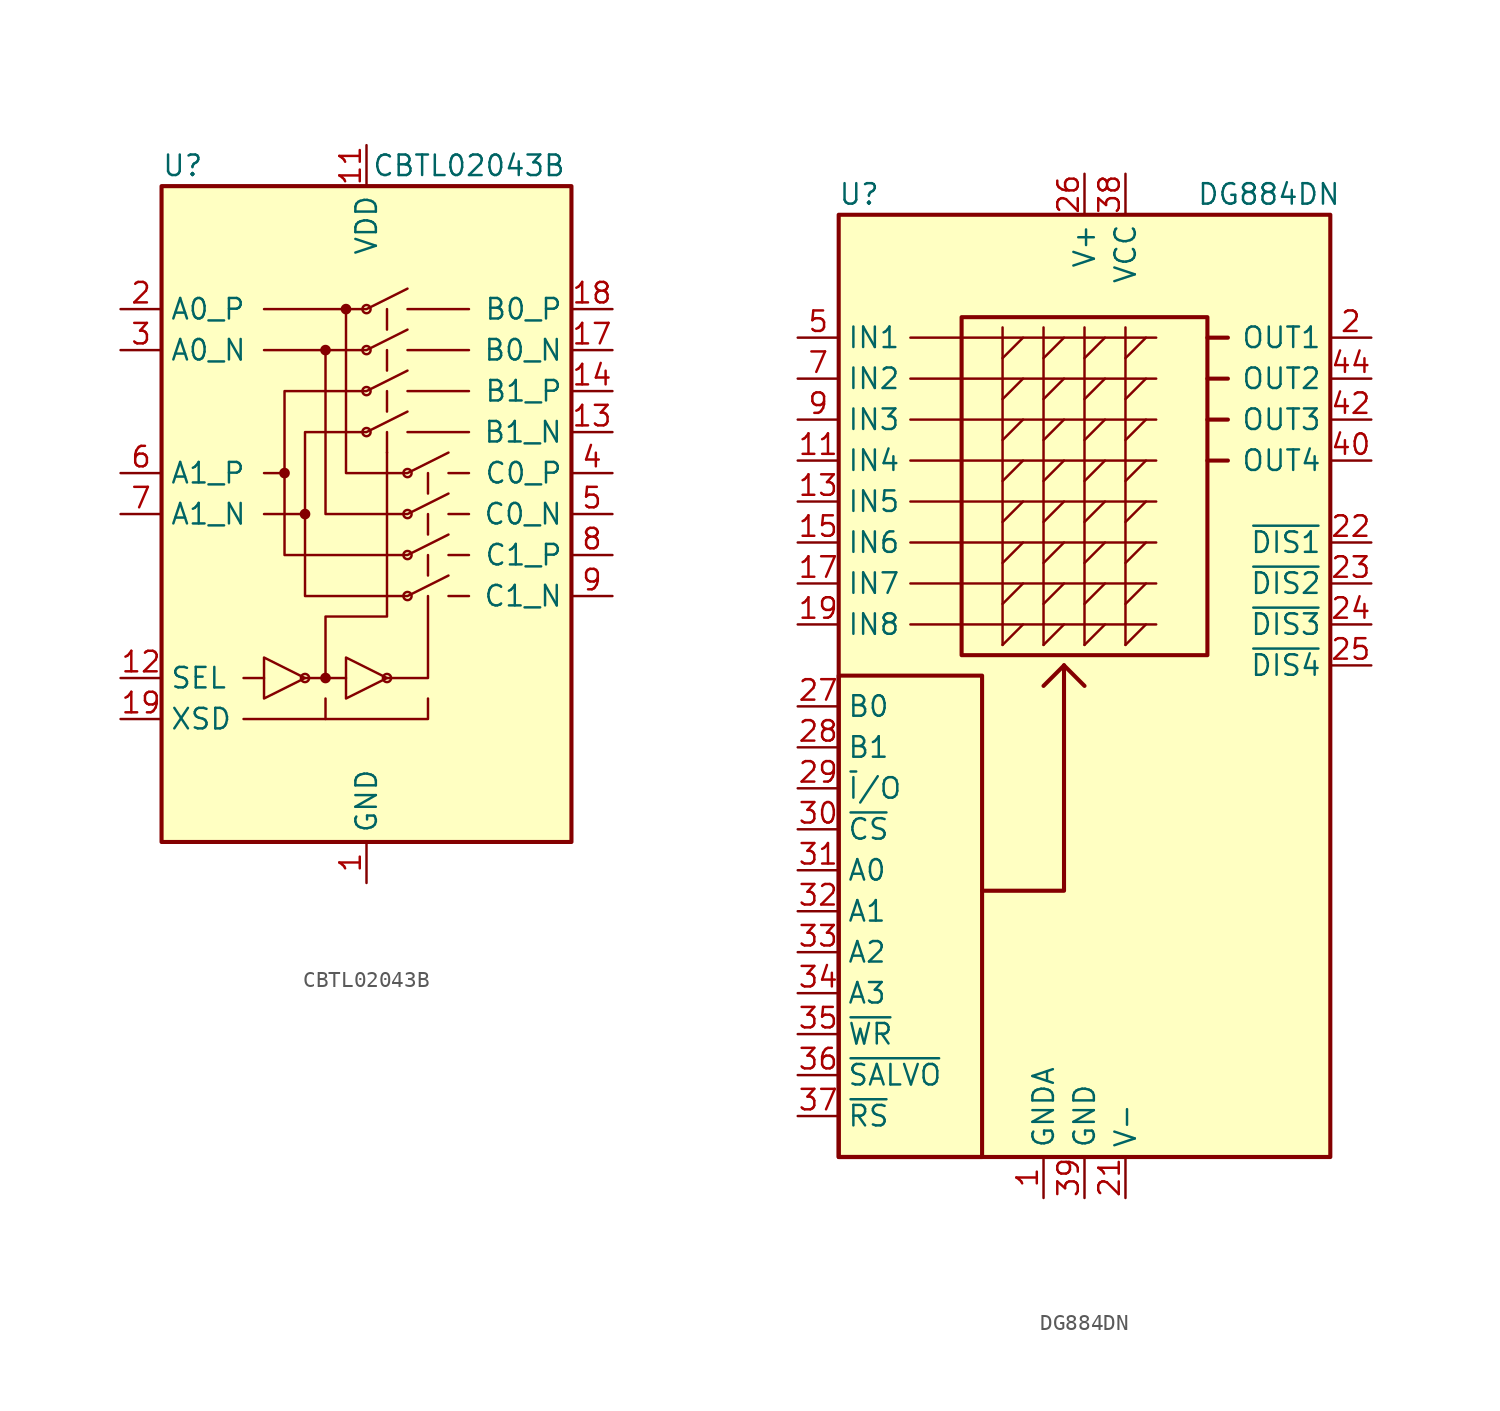
<source format=kicad_sym>
(kicad_symbol_lib
  (version 20201005)
  (generator kicad_symbol_editor)
  (symbol "CBTL02043B"
    (property "Reference" "U"
      (at -12.7 21.59 0)
      (effects (font (size 1.27 1.27)) (justify left)))
    (property "Value" "CBTL02043B"
      (at 6.35 21.59 0)
      (effects (font (size 1.27 1.27))))
    (symbol "CBTL02043B_0_1"
      (circle (center -5.08 2.54) (radius 0.254) (stroke (width 0)) (fill (type outline)))
      (circle (center -3.81 0) (radius 0.254) (stroke (width 0)) (fill (type outline)))
      (circle (center -2.54 10.16) (radius 0.254) (stroke (width 0)) (fill (type outline)))
      (circle (center -1.27 12.7) (radius 0.254) (stroke (width 0)) (fill (type outline)))
      (rectangle (start -12.7 20.32) (end 12.7 -20.32) (stroke (width 0.254)) (fill (type background)))
      (polyline (pts (xy -7.62 -10.16) (xy -6.35 -10.16)) (stroke (width 0)) (fill (type none)))
      (polyline (pts (xy -2.54 -12.7) (xy -2.54 -11.43)) (stroke (width 0)) (fill (type none)))
      (polyline (pts (xy -7.62 -12.7) (xy 3.81 -12.7) (xy 3.81 -11.43)) (stroke (width 0)) (fill (type none)))
      (polyline (pts (xy 1.27 -10.16) (xy -1.27 -8.89) (xy -1.27 -11.43) (xy 1.27 -10.16)) (stroke (width 0)) (fill (type none)))
      (polyline (pts (xy 5.08 -3.81) (xy 2.54 -5.08) (xy -3.81 -5.08) (xy -3.81 0)) (stroke (width 0)) (fill (type none)))
      (polyline (pts (xy 5.08 -1.27) (xy 2.54 -2.54) (xy -5.08 -2.54) (xy -5.08 2.54)) (stroke (width 0)) (fill (type none)))
      (polyline (pts (xy 5.08 1.27) (xy 2.54 0) (xy -2.54 0) (xy -2.54 10.16)) (stroke (width 0)) (fill (type none)))
      (polyline (pts (xy 5.08 3.81) (xy 2.54 2.54) (xy -1.27 2.54) (xy -1.27 12.7)) (stroke (width 0)) (fill (type none))))
    (symbol "CBTL02043B_1_1"
      (circle (center -3.81 -10.16) (radius 0.254) (stroke (width 0)) (fill (type none)))
      (circle (center 0 5.08) (radius 0.254) (stroke (width 0)) (fill (type none)))
      (circle (center 0 7.62) (radius 0.254) (stroke (width 0)) (fill (type none)))
      (circle (center 0 10.16) (radius 0.254) (stroke (width 0)) (fill (type none)))
      (circle (center 0 12.7) (radius 0.254) (stroke (width 0)) (fill (type none)))
      (circle (center 1.27 -10.16) (radius 0.254) (stroke (width 0)) (fill (type none)))
      (circle (center 2.54 -5.08) (radius 0.254) (stroke (width 0)) (fill (type none)))
      (circle (center 2.54 -2.54) (radius 0.254) (stroke (width 0)) (fill (type none)))
      (circle (center 2.54 0) (radius 0.254) (stroke (width 0)) (fill (type none)))
      (circle (center 2.54 2.54) (radius 0.254) (stroke (width 0)) (fill (type none)))
      (circle (center -2.54 -10.16) (radius 0.254) (stroke (width 0)) (fill (type outline)))
      (polyline (pts (xy -2.54 -10.16) (xy -1.27 -10.16)) (stroke (width 0)) (fill (type none)))
      (polyline (pts (xy 1.27 5.08) (xy 1.27 3.81)) (stroke (width 0)) (fill (type none)))
      (polyline (pts (xy 1.27 7.62) (xy 1.27 6.35)) (stroke (width 0)) (fill (type none)))
      (polyline (pts (xy 1.27 10.16) (xy 1.27 8.89)) (stroke (width 0)) (fill (type none)))
      (polyline (pts (xy 1.27 12.7) (xy 1.27 11.43)) (stroke (width 0)) (fill (type none)))
      (polyline (pts (xy 3.81 -3.81) (xy 3.81 -2.54)) (stroke (width 0)) (fill (type none)))
      (polyline (pts (xy 3.81 -1.27) (xy 3.81 0)) (stroke (width 0)) (fill (type none)))
      (polyline (pts (xy 3.81 1.27) (xy 3.81 2.54)) (stroke (width 0)) (fill (type none)))
      (polyline (pts (xy 6.35 -5.08) (xy 5.08 -5.08)) (stroke (width 0)) (fill (type none)))
      (polyline (pts (xy 6.35 -2.54) (xy 5.08 -2.54)) (stroke (width 0)) (fill (type none)))
      (polyline (pts (xy 6.35 0) (xy 5.08 0)) (stroke (width 0)) (fill (type none)))
      (polyline (pts (xy 6.35 2.54) (xy 5.08 2.54)) (stroke (width 0)) (fill (type none)))
      (polyline (pts (xy 6.35 5.08) (xy 2.54 5.08)) (stroke (width 0)) (fill (type none)))
      (polyline (pts (xy 6.35 7.62) (xy 2.54 7.62)) (stroke (width 0)) (fill (type none)))
      (polyline (pts (xy 6.35 10.16) (xy 2.54 10.16)) (stroke (width 0)) (fill (type none)))
      (polyline (pts (xy 6.35 12.7) (xy 2.54 12.7)) (stroke (width 0)) (fill (type none)))
      (polyline (pts (xy -6.35 10.16) (xy 0 10.16) (xy 2.54 11.43)) (stroke (width 0)) (fill (type none)))
      (polyline (pts (xy -6.35 12.7) (xy 0 12.7) (xy 2.54 13.97)) (stroke (width 0)) (fill (type none)))
      (polyline (pts (xy 1.27 -10.16) (xy 3.81 -10.16) (xy 3.81 -5.08)) (stroke (width 0)) (fill (type none)))
      (polyline (pts (xy -3.81 -10.16) (xy -6.35 -8.89) (xy -6.35 -11.43) (xy -3.81 -10.16)) (stroke (width 0)) (fill (type none)))
      (polyline (pts (xy -6.35 0) (xy -3.81 0) (xy -3.81 5.08) (xy 0 5.08) (xy 2.54 6.35)) (stroke (width 0)) (fill (type none)))
      (polyline (pts (xy -6.35 2.54) (xy -5.08 2.54) (xy -5.08 7.62) (xy 0 7.62) (xy 2.54 8.89)) (stroke (width 0)) (fill (type none)))
      (polyline (pts (xy 1.27 3.81) (xy 1.27 -6.35) (xy -2.54 -6.35) (xy -2.54 -10.16) (xy -3.81 -10.16)) (stroke (width 0)) (fill (type none)))
      (pin power_in line (at 0 -22.86 90) (length 2.54) (name "GND" (effects (font (size 1.27 1.27)))) (number "1" (effects (font (size 1.27 1.27)))))
      (pin passive line (at 0 -22.86 90) (length 2.54) hide (name "GND" (effects (font (size 1.27 1.27)))) (number "10" (effects (font (size 1.27 1.27)))))
      (pin power_in line (at 0 22.86 270) (length 2.54) (name "VDD" (effects (font (size 1.27 1.27)))) (number "11" (effects (font (size 1.27 1.27)))))
      (pin input line (at -15.24 -10.16 0) (length 2.54) (name "SEL" (effects (font (size 1.27 1.27)))) (number "12" (effects (font (size 1.27 1.27)))))
      (pin passive line (at 15.24 5.08 180) (length 2.54) (name "B1_N" (effects (font (size 1.27 1.27)))) (number "13" (effects (font (size 1.27 1.27)))))
      (pin passive line (at 15.24 7.62 180) (length 2.54) (name "B1_P" (effects (font (size 1.27 1.27)))) (number "14" (effects (font (size 1.27 1.27)))))
      (pin passive line (at 0 -22.86 90) (length 2.54) hide (name "GND" (effects (font (size 1.27 1.27)))) (number "15" (effects (font (size 1.27 1.27)))))
      (pin passive line (at 0 22.86 270) (length 2.54) hide (name "VDD" (effects (font (size 1.27 1.27)))) (number "16" (effects (font (size 1.27 1.27)))))
      (pin passive line (at 15.24 10.16 180) (length 2.54) (name "B0_N" (effects (font (size 1.27 1.27)))) (number "17" (effects (font (size 1.27 1.27)))))
      (pin passive line (at 15.24 12.7 180) (length 2.54) (name "B0_P" (effects (font (size 1.27 1.27)))) (number "18" (effects (font (size 1.27 1.27)))))
      (pin input line (at -15.24 -12.7 0) (length 2.54) (name "XSD" (effects (font (size 1.27 1.27)))) (number "19" (effects (font (size 1.27 1.27)))))
      (pin passive line (at -15.24 12.7 0) (length 2.54) (name "A0_P" (effects (font (size 1.27 1.27)))) (number "2" (effects (font (size 1.27 1.27)))))
      (pin passive line (at 0 22.86 270) (length 2.54) hide (name "VDD" (effects (font (size 1.27 1.27)))) (number "20" (effects (font (size 1.27 1.27)))))
      (pin passive line (at 0 -22.86 90) (length 2.54) hide (name "GND" (effects (font (size 1.27 1.27)))) (number "21" (effects (font (size 1.27 1.27)))))
      (pin passive line (at -15.24 10.16 0) (length 2.54) (name "A0_N" (effects (font (size 1.27 1.27)))) (number "3" (effects (font (size 1.27 1.27)))))
      (pin passive line (at 15.24 2.54 180) (length 2.54) (name "C0_P" (effects (font (size 1.27 1.27)))) (number "4" (effects (font (size 1.27 1.27)))))
      (pin passive line (at 15.24 0 180) (length 2.54) (name "C0_N" (effects (font (size 1.27 1.27)))) (number "5" (effects (font (size 1.27 1.27)))))
      (pin passive line (at -15.24 2.54 0) (length 2.54) (name "A1_P" (effects (font (size 1.27 1.27)))) (number "6" (effects (font (size 1.27 1.27)))))
      (pin passive line (at -15.24 0 0) (length 2.54) (name "A1_N" (effects (font (size 1.27 1.27)))) (number "7" (effects (font (size 1.27 1.27)))))
      (pin passive line (at 15.24 -2.54 180) (length 2.54) (name "C1_P" (effects (font (size 1.27 1.27)))) (number "8" (effects (font (size 1.27 1.27)))))
      (pin passive line (at 15.24 -5.08 180) (length 2.54) (name "C1_N" (effects (font (size 1.27 1.27)))) (number "9" (effects (font (size 1.27 1.27)))))))
  (symbol "DG884DN"
    (property "Reference" "U"
      (at -13.97 34.29 0)
      (effects (font (size 1.27 1.27))))
    (property "Value" "DG884DN"
      (at 11.43 34.29 0)
      (effects (font (size 1.27 1.27))))
    (symbol "DG884DN_0_1"
      (rectangle (start -15.24 4.445) (end -6.35 -25.4) (stroke (width 0.254)) (fill (type none)))
      (rectangle (start -7.62 26.67) (end 7.62 5.715) (stroke (width 0.254)) (fill (type none)))
      (rectangle (start -15.24 -25.4) (end 15.24 33.02) (stroke (width 0.254)) (fill (type background)))
      (polyline (pts (xy -10.795 7.62) (xy 4.445 7.62)) (stroke (width 0)) (fill (type none)))
      (polyline (pts (xy -10.795 10.16) (xy 4.445 10.16)) (stroke (width 0)) (fill (type none)))
      (polyline (pts (xy -10.795 12.7) (xy 4.445 12.7)) (stroke (width 0)) (fill (type none)))
      (polyline (pts (xy -10.795 15.24) (xy 4.445 15.24)) (stroke (width 0)) (fill (type none)))
      (polyline (pts (xy -10.795 17.78) (xy 4.445 17.78)) (stroke (width 0)) (fill (type none)))
      (polyline (pts (xy -10.795 20.32) (xy 4.445 20.32)) (stroke (width 0)) (fill (type none)))
      (polyline (pts (xy -10.795 22.86) (xy 4.445 22.86)) (stroke (width 0)) (fill (type none)))
      (polyline (pts (xy -10.795 25.4) (xy 4.445 25.4)) (stroke (width 0)) (fill (type none)))
      (polyline (pts (xy -5.08 6.35) (xy -3.81 7.62)) (stroke (width 0)) (fill (type none)))
      (polyline (pts (xy -5.08 8.89) (xy -3.81 10.16)) (stroke (width 0)) (fill (type none)))
      (polyline (pts (xy -5.08 11.43) (xy -3.81 12.7)) (stroke (width 0)) (fill (type none)))
      (polyline (pts (xy -5.08 13.97) (xy -3.81 15.24)) (stroke (width 0)) (fill (type none)))
      (polyline (pts (xy -5.08 16.51) (xy -3.81 17.78)) (stroke (width 0)) (fill (type none)))
      (polyline (pts (xy -5.08 19.05) (xy -3.81 20.32)) (stroke (width 0)) (fill (type none)))
      (polyline (pts (xy -5.08 21.59) (xy -3.81 22.86)) (stroke (width 0)) (fill (type none)))
      (polyline (pts (xy -5.08 24.13) (xy -3.81 25.4)) (stroke (width 0)) (fill (type none)))
      (polyline (pts (xy -5.08 26.035) (xy -5.08 6.35)) (stroke (width 0)) (fill (type none)))
      (polyline (pts (xy -2.54 6.35) (xy -1.27 7.62)) (stroke (width 0)) (fill (type none)))
      (polyline (pts (xy -2.54 8.89) (xy -1.27 10.16)) (stroke (width 0)) (fill (type none)))
      (polyline (pts (xy -2.54 11.43) (xy -1.27 12.7)) (stroke (width 0)) (fill (type none)))
      (polyline (pts (xy -2.54 13.97) (xy -1.27 15.24)) (stroke (width 0)) (fill (type none)))
      (polyline (pts (xy -2.54 16.51) (xy -1.27 17.78)) (stroke (width 0)) (fill (type none)))
      (polyline (pts (xy -2.54 19.05) (xy -1.27 20.32)) (stroke (width 0)) (fill (type none)))
      (polyline (pts (xy -2.54 21.59) (xy -1.27 22.86)) (stroke (width 0)) (fill (type none)))
      (polyline (pts (xy -2.54 24.13) (xy -1.27 25.4)) (stroke (width 0)) (fill (type none)))
      (polyline (pts (xy -2.54 26.035) (xy -2.54 6.35)) (stroke (width 0)) (fill (type none)))
      (polyline (pts (xy -1.27 5.08) (xy -2.54 3.81)) (stroke (width 0.254)) (fill (type none)))
      (polyline (pts (xy -1.27 5.08) (xy 0 3.81)) (stroke (width 0.254)) (fill (type none)))
      (polyline (pts (xy 0 6.35) (xy 1.27 7.62)) (stroke (width 0)) (fill (type none)))
      (polyline (pts (xy 0 8.89) (xy 1.27 10.16)) (stroke (width 0)) (fill (type none)))
      (polyline (pts (xy 0 11.43) (xy 1.27 12.7)) (stroke (width 0)) (fill (type none)))
      (polyline (pts (xy 0 13.97) (xy 1.27 15.24)) (stroke (width 0)) (fill (type none)))
      (polyline (pts (xy 0 16.51) (xy 1.27 17.78)) (stroke (width 0)) (fill (type none)))
      (polyline (pts (xy 0 19.05) (xy 1.27 20.32)) (stroke (width 0)) (fill (type none)))
      (polyline (pts (xy 0 21.59) (xy 1.27 22.86)) (stroke (width 0)) (fill (type none)))
      (polyline (pts (xy 0 24.13) (xy 1.27 25.4)) (stroke (width 0)) (fill (type none)))
      (polyline (pts (xy 0 26.035) (xy 0 6.35)) (stroke (width 0)) (fill (type none)))
      (polyline (pts (xy 2.54 6.35) (xy 3.81 7.62)) (stroke (width 0)) (fill (type none)))
      (polyline (pts (xy 2.54 8.89) (xy 3.81 10.16)) (stroke (width 0)) (fill (type none)))
      (polyline (pts (xy 2.54 11.43) (xy 3.81 12.7)) (stroke (width 0)) (fill (type none)))
      (polyline (pts (xy 2.54 13.97) (xy 3.81 15.24)) (stroke (width 0)) (fill (type none)))
      (polyline (pts (xy 2.54 16.51) (xy 3.81 17.78)) (stroke (width 0)) (fill (type none)))
      (polyline (pts (xy 2.54 19.05) (xy 3.81 20.32)) (stroke (width 0)) (fill (type none)))
      (polyline (pts (xy 2.54 21.59) (xy 3.81 22.86)) (stroke (width 0)) (fill (type none)))
      (polyline (pts (xy 2.54 24.13) (xy 3.81 25.4)) (stroke (width 0)) (fill (type none)))
      (polyline (pts (xy 2.54 26.035) (xy 2.54 6.35)) (stroke (width 0)) (fill (type none)))
      (polyline (pts (xy 7.62 20.32) (xy 8.89 20.32)) (stroke (width 0.254)) (fill (type none)))
      (polyline (pts (xy 7.62 22.86) (xy 8.89 22.86)) (stroke (width 0.254)) (fill (type none)))
      (polyline (pts (xy 8.89 17.78) (xy 7.62 17.78)) (stroke (width 0.254)) (fill (type none)))
      (polyline (pts (xy 8.89 25.4) (xy 7.62 25.4)) (stroke (width 0.254)) (fill (type none)))
      (polyline (pts (xy -6.35 -8.89) (xy -1.27 -8.89) (xy -1.27 5.08)) (stroke (width 0.254)) (fill (type none))))
    (symbol "DG884DN_1_1"
      (pin power_in line (at -2.54 -27.94 90) (length 2.54) (name "GNDA" (effects (font (size 1.27 1.27)))) (number "1" (effects (font (size 1.27 1.27)))))
      (pin passive line (at -2.54 -27.94 90) (length 2.54) hide (name "GNDA" (effects (font (size 1.27 1.27)))) (number "10" (effects (font (size 1.27 1.27)))))
      (pin input line (at -17.78 17.78 0) (length 2.54) (name "IN4" (effects (font (size 1.27 1.27)))) (number "11" (effects (font (size 1.27 1.27)))))
      (pin passive line (at -2.54 -27.94 90) (length 2.54) hide (name "GNDA" (effects (font (size 1.27 1.27)))) (number "12" (effects (font (size 1.27 1.27)))))
      (pin input line (at -17.78 15.24 0) (length 2.54) (name "IN5" (effects (font (size 1.27 1.27)))) (number "13" (effects (font (size 1.27 1.27)))))
      (pin passive line (at -2.54 -27.94 90) (length 2.54) hide (name "GNDA" (effects (font (size 1.27 1.27)))) (number "14" (effects (font (size 1.27 1.27)))))
      (pin input line (at -17.78 12.7 0) (length 2.54) (name "IN6" (effects (font (size 1.27 1.27)))) (number "15" (effects (font (size 1.27 1.27)))))
      (pin passive line (at -2.54 -27.94 90) (length 2.54) hide (name "GNDA" (effects (font (size 1.27 1.27)))) (number "16" (effects (font (size 1.27 1.27)))))
      (pin input line (at -17.78 10.16 0) (length 2.54) (name "IN7" (effects (font (size 1.27 1.27)))) (number "17" (effects (font (size 1.27 1.27)))))
      (pin passive line (at -2.54 -27.94 90) (length 2.54) hide (name "GNDA" (effects (font (size 1.27 1.27)))) (number "18" (effects (font (size 1.27 1.27)))))
      (pin input line (at -17.78 7.62 0) (length 2.54) (name "IN8" (effects (font (size 1.27 1.27)))) (number "19" (effects (font (size 1.27 1.27)))))
      (pin output line (at 17.78 25.4 180) (length 2.54) (name "OUT1" (effects (font (size 1.27 1.27)))) (number "2" (effects (font (size 1.27 1.27)))))
      (pin passive line (at -2.54 -27.94 90) (length 2.54) hide (name "GNDA" (effects (font (size 1.27 1.27)))) (number "20" (effects (font (size 1.27 1.27)))))
      (pin passive line (at 2.54 -27.94 90) (length 2.54) (name "V-" (effects (font (size 1.27 1.27)))) (number "21" (effects (font (size 1.27 1.27)))))
      (pin open_collector line (at 17.78 12.7 180) (length 2.54) (name "~DIS1" (effects (font (size 1.27 1.27)))) (number "22" (effects (font (size 1.27 1.27)))))
      (pin open_collector line (at 17.78 10.16 180) (length 2.54) (name "~DIS2" (effects (font (size 1.27 1.27)))) (number "23" (effects (font (size 1.27 1.27)))))
      (pin open_collector line (at 17.78 7.62 180) (length 2.54) (name "~DIS3" (effects (font (size 1.27 1.27)))) (number "24" (effects (font (size 1.27 1.27)))))
      (pin open_collector line (at 17.78 5.08 180) (length 2.54) (name "~DIS4" (effects (font (size 1.27 1.27)))) (number "25" (effects (font (size 1.27 1.27)))))
      (pin passive line (at 0 35.56 270) (length 2.54) (name "V+" (effects (font (size 1.27 1.27)))) (number "26" (effects (font (size 1.27 1.27)))))
      (pin input line (at -17.78 2.54 0) (length 2.54) (name "B0" (effects (font (size 1.27 1.27)))) (number "27" (effects (font (size 1.27 1.27)))))
      (pin input line (at -17.78 0 0) (length 2.54) (name "B1" (effects (font (size 1.27 1.27)))) (number "28" (effects (font (size 1.27 1.27)))))
      (pin input line (at -17.78 -2.54 0) (length 2.54) (name "~I~/O" (effects (font (size 1.27 1.27)))) (number "29" (effects (font (size 1.27 1.27)))))
      (pin passive line (at -2.54 -27.94 90) (length 2.54) hide (name "GNDA" (effects (font (size 1.27 1.27)))) (number "3" (effects (font (size 1.27 1.27)))))
      (pin input line (at -17.78 -5.08 0) (length 2.54) (name "~CS" (effects (font (size 1.27 1.27)))) (number "30" (effects (font (size 1.27 1.27)))))
      (pin input line (at -17.78 -7.62 0) (length 2.54) (name "A0" (effects (font (size 1.27 1.27)))) (number "31" (effects (font (size 1.27 1.27)))))
      (pin input line (at -17.78 -10.16 0) (length 2.54) (name "A1" (effects (font (size 1.27 1.27)))) (number "32" (effects (font (size 1.27 1.27)))))
      (pin input line (at -17.78 -12.7 0) (length 2.54) (name "A2" (effects (font (size 1.27 1.27)))) (number "33" (effects (font (size 1.27 1.27)))))
      (pin input line (at -17.78 -15.24 0) (length 2.54) (name "A3" (effects (font (size 1.27 1.27)))) (number "34" (effects (font (size 1.27 1.27)))))
      (pin input line (at -17.78 -17.78 0) (length 2.54) (name "~WR" (effects (font (size 1.27 1.27)))) (number "35" (effects (font (size 1.27 1.27)))))
      (pin input line (at -17.78 -20.32 0) (length 2.54) (name "~SALVO" (effects (font (size 1.27 1.27)))) (number "36" (effects (font (size 1.27 1.27)))))
      (pin input line (at -17.78 -22.86 0) (length 2.54) (name "~RS" (effects (font (size 1.27 1.27)))) (number "37" (effects (font (size 1.27 1.27)))))
      (pin power_in line (at 2.54 35.56 270) (length 2.54) (name "VCC" (effects (font (size 1.27 1.27)))) (number "38" (effects (font (size 1.27 1.27)))))
      (pin power_in line (at 0 -27.94 90) (length 2.54) (name "GND" (effects (font (size 1.27 1.27)))) (number "39" (effects (font (size 1.27 1.27)))))
      (pin passive line (at -2.54 -27.94 90) (length 2.54) hide (name "GNDA" (effects (font (size 1.27 1.27)))) (number "4" (effects (font (size 1.27 1.27)))))
      (pin output line (at 17.78 17.78 180) (length 2.54) (name "OUT4" (effects (font (size 1.27 1.27)))) (number "40" (effects (font (size 1.27 1.27)))))
      (pin passive line (at -2.54 -27.94 90) (length 2.54) hide (name "GNDA" (effects (font (size 1.27 1.27)))) (number "41" (effects (font (size 1.27 1.27)))))
      (pin output line (at 17.78 20.32 180) (length 2.54) (name "OUT3" (effects (font (size 1.27 1.27)))) (number "42" (effects (font (size 1.27 1.27)))))
      (pin passive line (at -2.54 -27.94 90) (length 2.54) hide (name "GNDA" (effects (font (size 1.27 1.27)))) (number "43" (effects (font (size 1.27 1.27)))))
      (pin output line (at 17.78 22.86 180) (length 2.54) (name "OUT2" (effects (font (size 1.27 1.27)))) (number "44" (effects (font (size 1.27 1.27)))))
      (pin input line (at -17.78 25.4 0) (length 2.54) (name "IN1" (effects (font (size 1.27 1.27)))) (number "5" (effects (font (size 1.27 1.27)))))
      (pin passive line (at -2.54 -27.94 90) (length 2.54) hide (name "GNDA" (effects (font (size 1.27 1.27)))) (number "6" (effects (font (size 1.27 1.27)))))
      (pin input line (at -17.78 22.86 0) (length 2.54) (name "IN2" (effects (font (size 1.27 1.27)))) (number "7" (effects (font (size 1.27 1.27)))))
      (pin passive line (at -2.54 -27.94 90) (length 2.54) hide (name "GNDA" (effects (font (size 1.27 1.27)))) (number "8" (effects (font (size 1.27 1.27)))))
      (pin input line (at -17.78 20.32 0) (length 2.54) (name "IN3" (effects (font (size 1.27 1.27)))) (number "9" (effects (font (size 1.27 1.27))))))))
</source>
